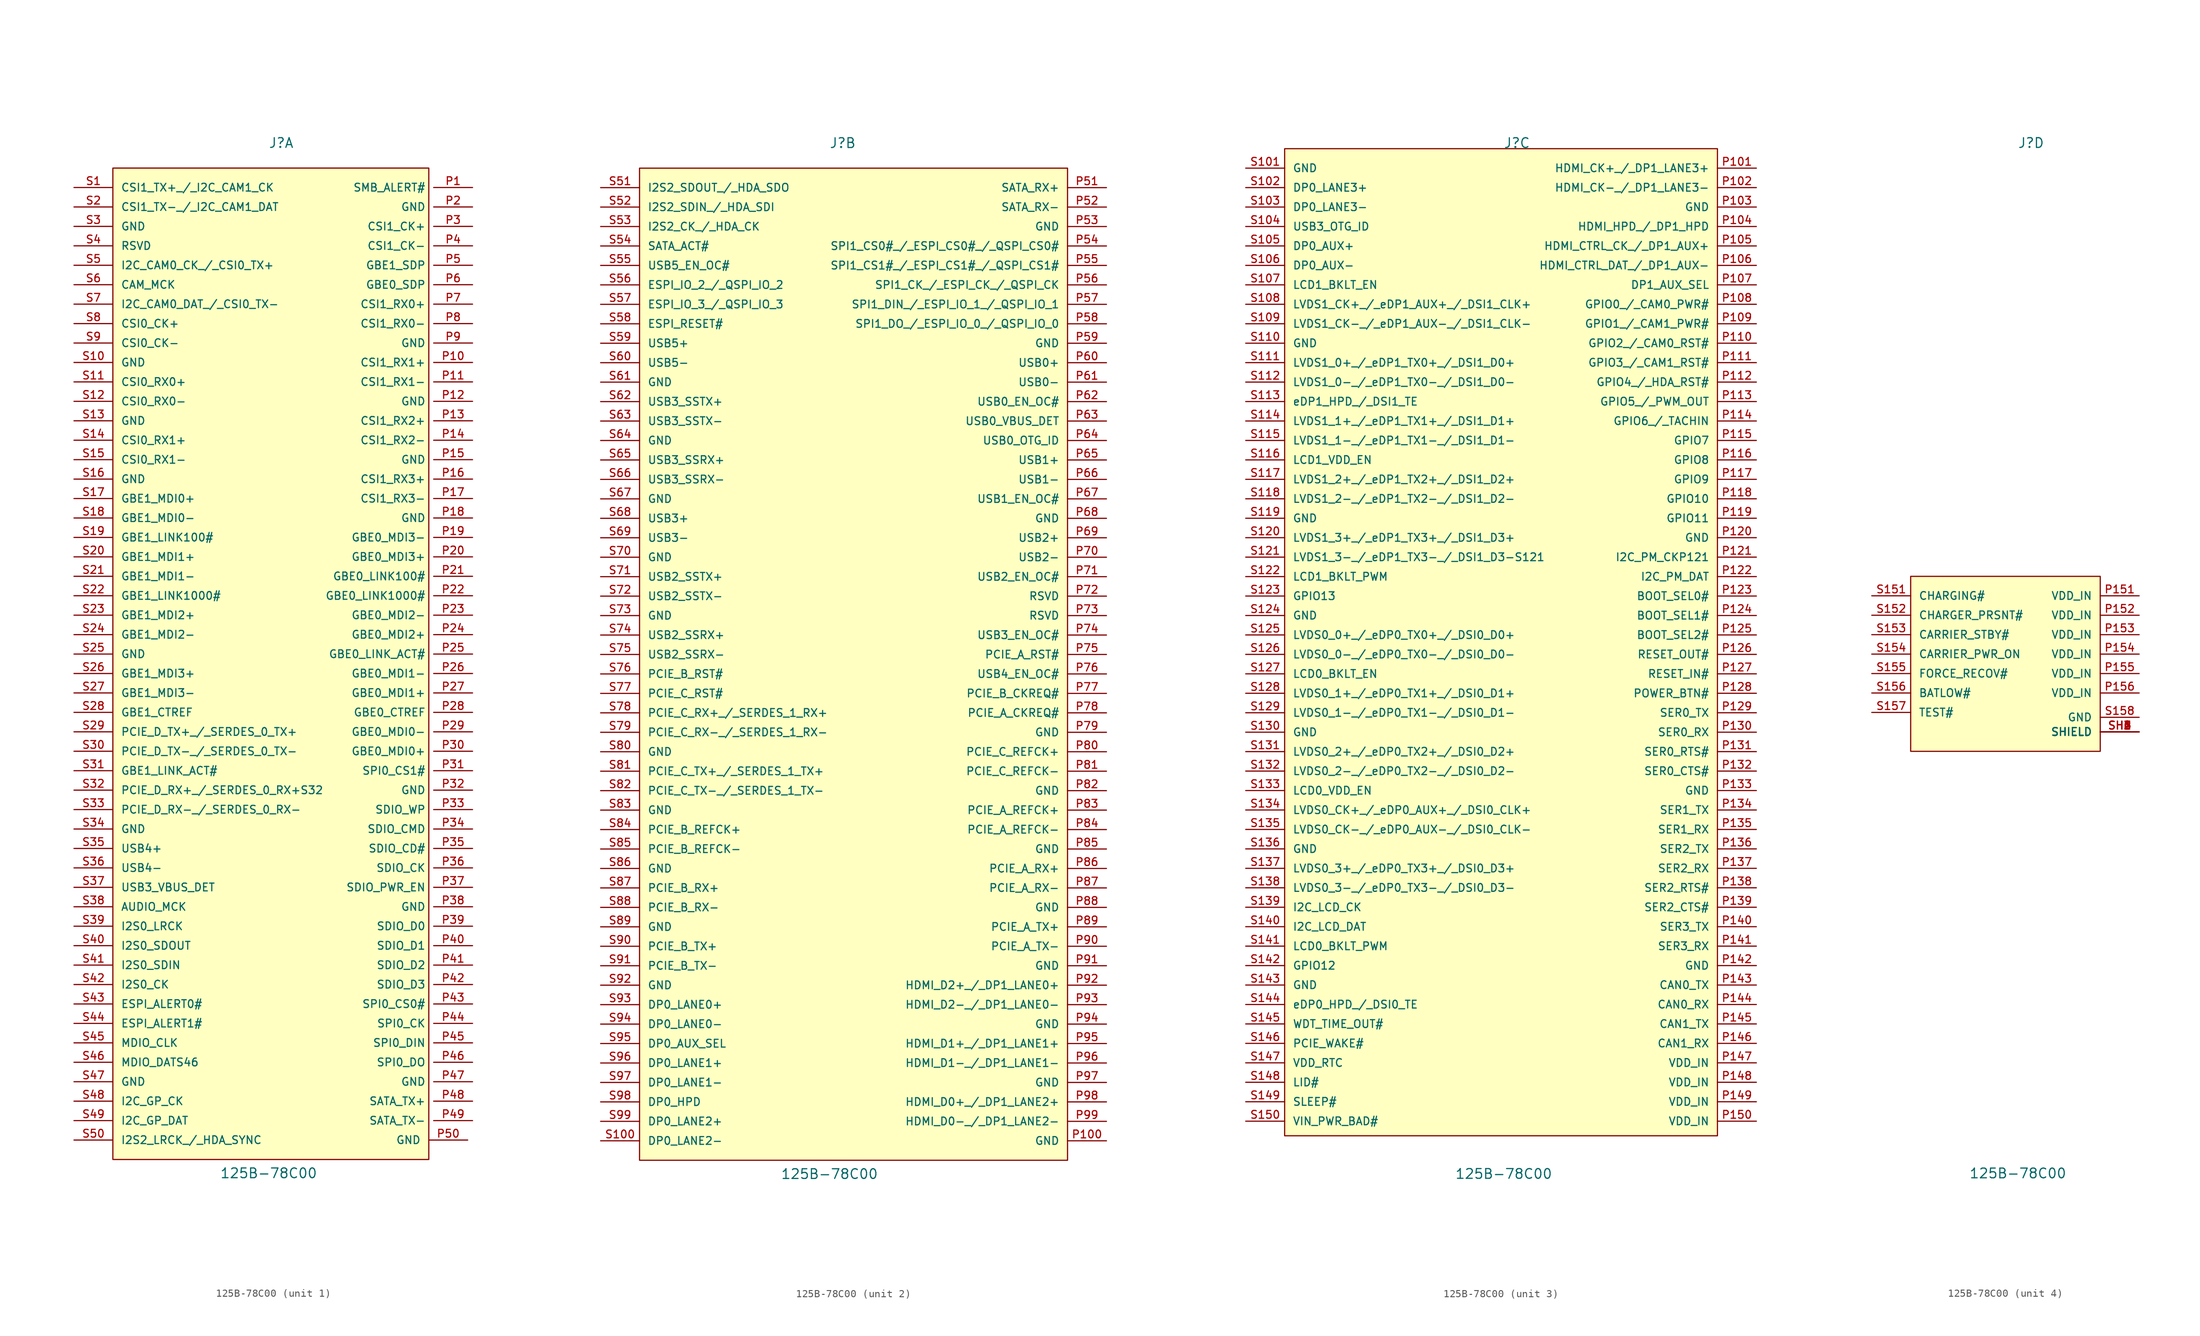
<source format=kicad_sym>
(kicad_symbol_lib
  (version 20211014)
  (generator kicad_symbol_editor)
  (symbol "125B-78C00"
    (pin_names
      (offset 1.016))
    (property "Reference" "J"
      (at -1.27 68.58 0)
      (effects (font (size 1.27 1.27)) (justify left bottom)))
    (property "Value" "125B-78C00"
      (at -7.62 -66.04 0)
      (effects (font (size 1.27 1.27)) (justify left bottom)))
    (property "ki_locked" ""
      (at 0 0 0)
      (effects (font (size 1.27 1.27))))
    (symbol "125B-78C00_1_0"
      (pin passive line (at 25.4 63.5 180) (length 5.08) (name "SMB_ALERT#" (effects (font (size 1.016 1.016)))) (number "P1" (effects (font (size 1.016 1.016)))))
      (pin passive line (at 25.4 40.64 180) (length 5.08) (name "CSI1_RX1+" (effects (font (size 1.016 1.016)))) (number "P10" (effects (font (size 1.016 1.016)))))
      (pin passive line (at 25.4 38.1 180) (length 5.08) (name "CSI1_RX1-" (effects (font (size 1.016 1.016)))) (number "P11" (effects (font (size 1.016 1.016)))))
      (pin passive line (at 25.4 35.56 180) (length 5.08) (name "GND" (effects (font (size 1.016 1.016)))) (number "P12" (effects (font (size 1.016 1.016)))))
      (pin passive line (at 25.4 33.02 180) (length 5.08) (name "CSI1_RX2+" (effects (font (size 1.016 1.016)))) (number "P13" (effects (font (size 1.016 1.016)))))
      (pin passive line (at 25.4 30.48 180) (length 5.08) (name "CSI1_RX2-" (effects (font (size 1.016 1.016)))) (number "P14" (effects (font (size 1.016 1.016)))))
      (pin passive line (at 25.4 27.94 180) (length 5.08) (name "GND" (effects (font (size 1.016 1.016)))) (number "P15" (effects (font (size 1.016 1.016)))))
      (pin passive line (at 25.4 25.4 180) (length 5.08) (name "CSI1_RX3+" (effects (font (size 1.016 1.016)))) (number "P16" (effects (font (size 1.016 1.016)))))
      (pin passive line (at 25.4 22.86 180) (length 5.08) (name "CSI1_RX3-" (effects (font (size 1.016 1.016)))) (number "P17" (effects (font (size 1.016 1.016)))))
      (pin passive line (at 25.4 20.32 180) (length 5.08) (name "GND" (effects (font (size 1.016 1.016)))) (number "P18" (effects (font (size 1.016 1.016)))))
      (pin passive line (at 25.4 17.78 180) (length 5.08) (name "GBE0_MDI3-" (effects (font (size 1.016 1.016)))) (number "P19" (effects (font (size 1.016 1.016)))))
      (pin passive line (at 25.4 60.96 180) (length 5.08) (name "GND" (effects (font (size 1.016 1.016)))) (number "P2" (effects (font (size 1.016 1.016)))))
      (pin passive line (at 25.4 15.24 180) (length 5.08) (name "GBE0_MDI3+" (effects (font (size 1.016 1.016)))) (number "P20" (effects (font (size 1.016 1.016)))))
      (pin passive line (at 25.4 12.7 180) (length 5.08) (name "GBE0_LINK100#" (effects (font (size 1.016 1.016)))) (number "P21" (effects (font (size 1.016 1.016)))))
      (pin passive line (at 25.4 10.16 180) (length 5.08) (name "GBE0_LINK1000#" (effects (font (size 1.016 1.016)))) (number "P22" (effects (font (size 1.016 1.016)))))
      (pin passive line (at 25.4 7.62 180) (length 5.08) (name "GBE0_MDI2-" (effects (font (size 1.016 1.016)))) (number "P23" (effects (font (size 1.016 1.016)))))
      (pin passive line (at 25.4 5.08 180) (length 5.08) (name "GBE0_MDI2+" (effects (font (size 1.016 1.016)))) (number "P24" (effects (font (size 1.016 1.016)))))
      (pin passive line (at 25.4 2.54 180) (length 5.08) (name "GBE0_LINK_ACT#" (effects (font (size 1.016 1.016)))) (number "P25" (effects (font (size 1.016 1.016)))))
      (pin passive line (at 25.4 0 180) (length 5.08) (name "GBE0_MDI1-" (effects (font (size 1.016 1.016)))) (number "P26" (effects (font (size 1.016 1.016)))))
      (pin passive line (at 25.4 -2.54 180) (length 5.08) (name "GBE0_MDI1+" (effects (font (size 1.016 1.016)))) (number "P27" (effects (font (size 1.016 1.016)))))
      (pin passive line (at 25.4 -5.08 180) (length 5.08) (name "GBE0_CTREF" (effects (font (size 1.016 1.016)))) (number "P28" (effects (font (size 1.016 1.016)))))
      (pin passive line (at 25.4 -7.62 180) (length 5.08) (name "GBE0_MDI0-" (effects (font (size 1.016 1.016)))) (number "P29" (effects (font (size 1.016 1.016)))))
      (pin passive line (at 25.4 58.42 180) (length 5.08) (name "CSI1_CK+" (effects (font (size 1.016 1.016)))) (number "P3" (effects (font (size 1.016 1.016)))))
      (pin passive line (at 25.4 -10.16 180) (length 5.08) (name "GBE0_MDI0+" (effects (font (size 1.016 1.016)))) (number "P30" (effects (font (size 1.016 1.016)))))
      (pin passive line (at 25.4 -12.7 180) (length 5.08) (name "SPI0_CS1#" (effects (font (size 1.016 1.016)))) (number "P31" (effects (font (size 1.016 1.016)))))
      (pin passive line (at 25.4 -15.24 180) (length 5.08) (name "GND" (effects (font (size 1.016 1.016)))) (number "P32" (effects (font (size 1.016 1.016)))))
      (pin passive line (at 25.4 -17.78 180) (length 5.08) (name "SDIO_WP" (effects (font (size 1.016 1.016)))) (number "P33" (effects (font (size 1.016 1.016)))))
      (pin passive line (at 25.4 -20.32 180) (length 5.08) (name "SDIO_CMD" (effects (font (size 1.016 1.016)))) (number "P34" (effects (font (size 1.016 1.016)))))
      (pin passive line (at 25.4 -22.86 180) (length 5.08) (name "SDIO_CD#" (effects (font (size 1.016 1.016)))) (number "P35" (effects (font (size 1.016 1.016)))))
      (pin passive line (at 25.4 -25.4 180) (length 5.08) (name "SDIO_CK" (effects (font (size 1.016 1.016)))) (number "P36" (effects (font (size 1.016 1.016)))))
      (pin passive line (at 25.4 -27.94 180) (length 5.08) (name "SDIO_PWR_EN" (effects (font (size 1.016 1.016)))) (number "P37" (effects (font (size 1.016 1.016)))))
      (pin passive line (at 25.4 -30.48 180) (length 5.08) (name "GND" (effects (font (size 1.016 1.016)))) (number "P38" (effects (font (size 1.016 1.016)))))
      (pin passive line (at 25.4 -33.02 180) (length 5.08) (name "SDIO_D0" (effects (font (size 1.016 1.016)))) (number "P39" (effects (font (size 1.016 1.016)))))
      (pin passive line (at 25.4 55.88 180) (length 5.08) (name "CSI1_CK-" (effects (font (size 1.016 1.016)))) (number "P4" (effects (font (size 1.016 1.016)))))
      (pin passive line (at 25.4 -35.56 180) (length 5.08) (name "SDIO_D1" (effects (font (size 1.016 1.016)))) (number "P40" (effects (font (size 1.016 1.016)))))
      (pin passive line (at 25.4 -38.1 180) (length 5.08) (name "SDIO_D2" (effects (font (size 1.016 1.016)))) (number "P41" (effects (font (size 1.016 1.016)))))
      (pin passive line (at 25.4 -40.64 180) (length 5.08) (name "SDIO_D3" (effects (font (size 1.016 1.016)))) (number "P42" (effects (font (size 1.016 1.016)))))
      (pin passive line (at 25.4 -43.18 180) (length 5.08) (name "SPI0_CS0#" (effects (font (size 1.016 1.016)))) (number "P43" (effects (font (size 1.016 1.016)))))
      (pin passive line (at 25.4 -45.72 180) (length 5.08) (name "SPI0_CK" (effects (font (size 1.016 1.016)))) (number "P44" (effects (font (size 1.016 1.016)))))
      (pin passive line (at 25.4 -48.26 180) (length 5.08) (name "SPI0_DIN" (effects (font (size 1.016 1.016)))) (number "P45" (effects (font (size 1.016 1.016)))))
      (pin passive line (at 25.4 -50.8 180) (length 5.08) (name "SPI0_DO" (effects (font (size 1.016 1.016)))) (number "P46" (effects (font (size 1.016 1.016)))))
      (pin passive line (at 25.4 -53.34 180) (length 5.08) (name "GND" (effects (font (size 1.016 1.016)))) (number "P47" (effects (font (size 1.016 1.016)))))
      (pin passive line (at 25.4 -55.88 180) (length 5.08) (name "SATA_TX+" (effects (font (size 1.016 1.016)))) (number "P48" (effects (font (size 1.016 1.016)))))
      (pin passive line (at 25.4 -58.42 180) (length 5.08) (name "SATA_TX-" (effects (font (size 1.016 1.016)))) (number "P49" (effects (font (size 1.016 1.016)))))
      (pin passive line (at 25.4 53.34 180) (length 5.08) (name "GBE1_SDP" (effects (font (size 1.016 1.016)))) (number "P5" (effects (font (size 1.016 1.016)))))
      (pin passive line (at 24.765 -60.96 180) (length 5.08) (name "GND" (effects (font (size 1.016 1.016)))) (number "P50" (effects (font (size 1.016 1.016)))))
      (pin passive line (at 25.4 50.8 180) (length 5.08) (name "GBE0_SDP" (effects (font (size 1.016 1.016)))) (number "P6" (effects (font (size 1.016 1.016)))))
      (pin passive line (at 25.4 48.26 180) (length 5.08) (name "CSI1_RX0+" (effects (font (size 1.016 1.016)))) (number "P7" (effects (font (size 1.016 1.016)))))
      (pin passive line (at 25.4 45.72 180) (length 5.08) (name "CSI1_RX0-" (effects (font (size 1.016 1.016)))) (number "P8" (effects (font (size 1.016 1.016)))))
      (pin passive line (at 25.4 43.18 180) (length 5.08) (name "GND" (effects (font (size 1.016 1.016)))) (number "P9" (effects (font (size 1.016 1.016)))))
      (pin passive line (at -26.67 63.5 0) (length 5.08) (name "CSI1_TX+_/_I2C_CAM1_CK" (effects (font (size 1.016 1.016)))) (number "S1" (effects (font (size 1.016 1.016)))))
      (pin passive line (at -26.67 40.64 0) (length 5.08) (name "GND" (effects (font (size 1.016 1.016)))) (number "S10" (effects (font (size 1.016 1.016)))))
      (pin passive line (at -26.67 38.1 0) (length 5.08) (name "CSI0_RX0+" (effects (font (size 1.016 1.016)))) (number "S11" (effects (font (size 1.016 1.016)))))
      (pin passive line (at -26.67 35.56 0) (length 5.08) (name "CSI0_RX0-" (effects (font (size 1.016 1.016)))) (number "S12" (effects (font (size 1.016 1.016)))))
      (pin passive line (at -26.67 33.02 0) (length 5.08) (name "GND" (effects (font (size 1.016 1.016)))) (number "S13" (effects (font (size 1.016 1.016)))))
      (pin passive line (at -26.67 30.48 0) (length 5.08) (name "CSI0_RX1+" (effects (font (size 1.016 1.016)))) (number "S14" (effects (font (size 1.016 1.016)))))
      (pin passive line (at -26.67 27.94 0) (length 5.08) (name "CSI0_RX1-" (effects (font (size 1.016 1.016)))) (number "S15" (effects (font (size 1.016 1.016)))))
      (pin passive line (at -26.67 25.4 0) (length 5.08) (name "GND" (effects (font (size 1.016 1.016)))) (number "S16" (effects (font (size 1.016 1.016)))))
      (pin passive line (at -26.67 22.86 0) (length 5.08) (name "GBE1_MDI0+" (effects (font (size 1.016 1.016)))) (number "S17" (effects (font (size 1.016 1.016)))))
      (pin passive line (at -26.67 20.32 0) (length 5.08) (name "GBE1_MDI0-" (effects (font (size 1.016 1.016)))) (number "S18" (effects (font (size 1.016 1.016)))))
      (pin passive line (at -26.67 17.78 0) (length 5.08) (name "GBE1_LINK100#" (effects (font (size 1.016 1.016)))) (number "S19" (effects (font (size 1.016 1.016)))))
      (pin passive line (at -26.67 60.96 0) (length 5.08) (name "CSI1_TX-_/_I2C_CAM1_DAT" (effects (font (size 1.016 1.016)))) (number "S2" (effects (font (size 1.016 1.016)))))
      (pin passive line (at -26.67 15.24 0) (length 5.08) (name "GBE1_MDI1+" (effects (font (size 1.016 1.016)))) (number "S20" (effects (font (size 1.016 1.016)))))
      (pin passive line (at -26.67 12.7 0) (length 5.08) (name "GBE1_MDI1-" (effects (font (size 1.016 1.016)))) (number "S21" (effects (font (size 1.016 1.016)))))
      (pin passive line (at -26.67 10.16 0) (length 5.08) (name "GBE1_LINK1000#" (effects (font (size 1.016 1.016)))) (number "S22" (effects (font (size 1.016 1.016)))))
      (pin passive line (at -26.67 7.62 0) (length 5.08) (name "GBE1_MDI2+" (effects (font (size 1.016 1.016)))) (number "S23" (effects (font (size 1.016 1.016)))))
      (pin passive line (at -26.67 5.08 0) (length 5.08) (name "GBE1_MDI2-" (effects (font (size 1.016 1.016)))) (number "S24" (effects (font (size 1.016 1.016)))))
      (pin passive line (at -26.67 2.54 0) (length 5.08) (name "GND" (effects (font (size 1.016 1.016)))) (number "S25" (effects (font (size 1.016 1.016)))))
      (pin passive line (at -26.67 0 0) (length 5.08) (name "GBE1_MDI3+" (effects (font (size 1.016 1.016)))) (number "S26" (effects (font (size 1.016 1.016)))))
      (pin passive line (at -26.67 -2.54 0) (length 5.08) (name "GBE1_MDI3-" (effects (font (size 1.016 1.016)))) (number "S27" (effects (font (size 1.016 1.016)))))
      (pin passive line (at -26.67 -5.08 0) (length 5.08) (name "GBE1_CTREF" (effects (font (size 1.016 1.016)))) (number "S28" (effects (font (size 1.016 1.016)))))
      (pin passive line (at -26.67 -7.62 0) (length 5.08) (name "PCIE_D_TX+_/_SERDES_0_TX+" (effects (font (size 1.016 1.016)))) (number "S29" (effects (font (size 1.016 1.016)))))
      (pin passive line (at -26.67 58.42 0) (length 5.08) (name "GND" (effects (font (size 1.016 1.016)))) (number "S3" (effects (font (size 1.016 1.016)))))
      (pin passive line (at -26.67 -10.16 0) (length 5.08) (name "PCIE_D_TX-_/_SERDES_0_TX-" (effects (font (size 1.016 1.016)))) (number "S30" (effects (font (size 1.016 1.016)))))
      (pin passive line (at -26.67 -12.7 0) (length 5.08) (name "GBE1_LINK_ACT#" (effects (font (size 1.016 1.016)))) (number "S31" (effects (font (size 1.016 1.016)))))
      (pin passive line (at -26.67 -15.24 0) (length 5.08) (name "PCIE_D_RX+_/_SERDES_0_RX+S32" (effects (font (size 1.016 1.016)))) (number "S32" (effects (font (size 1.016 1.016)))))
      (pin passive line (at -26.67 -17.78 0) (length 5.08) (name "PCIE_D_RX-_/_SERDES_0_RX-" (effects (font (size 1.016 1.016)))) (number "S33" (effects (font (size 1.016 1.016)))))
      (pin passive line (at -26.67 -20.32 0) (length 5.08) (name "GND" (effects (font (size 1.016 1.016)))) (number "S34" (effects (font (size 1.016 1.016)))))
      (pin passive line (at -26.67 -22.86 0) (length 5.08) (name "USB4+" (effects (font (size 1.016 1.016)))) (number "S35" (effects (font (size 1.016 1.016)))))
      (pin passive line (at -26.67 -25.4 0) (length 5.08) (name "USB4-" (effects (font (size 1.016 1.016)))) (number "S36" (effects (font (size 1.016 1.016)))))
      (pin passive line (at -26.67 -27.94 0) (length 5.08) (name "USB3_VBUS_DET" (effects (font (size 1.016 1.016)))) (number "S37" (effects (font (size 1.016 1.016)))))
      (pin passive line (at -26.67 -30.48 0) (length 5.08) (name "AUDIO_MCK" (effects (font (size 1.016 1.016)))) (number "S38" (effects (font (size 1.016 1.016)))))
      (pin passive line (at -26.67 -33.02 0) (length 5.08) (name "I2S0_LRCK" (effects (font (size 1.016 1.016)))) (number "S39" (effects (font (size 1.016 1.016)))))
      (pin passive line (at -26.67 55.88 0) (length 5.08) (name "RSVD" (effects (font (size 1.016 1.016)))) (number "S4" (effects (font (size 1.016 1.016)))))
      (pin passive line (at -26.67 -35.56 0) (length 5.08) (name "I2S0_SDOUT" (effects (font (size 1.016 1.016)))) (number "S40" (effects (font (size 1.016 1.016)))))
      (pin passive line (at -26.67 -38.1 0) (length 5.08) (name "I2S0_SDIN" (effects (font (size 1.016 1.016)))) (number "S41" (effects (font (size 1.016 1.016)))))
      (pin passive line (at -26.67 -40.64 0) (length 5.08) (name "I2S0_CK" (effects (font (size 1.016 1.016)))) (number "S42" (effects (font (size 1.016 1.016)))))
      (pin passive line (at -26.67 -43.18 0) (length 5.08) (name "ESPI_ALERT0#" (effects (font (size 1.016 1.016)))) (number "S43" (effects (font (size 1.016 1.016)))))
      (pin passive line (at -26.67 -45.72 0) (length 5.08) (name "ESPI_ALERT1#" (effects (font (size 1.016 1.016)))) (number "S44" (effects (font (size 1.016 1.016)))))
      (pin passive line (at -26.67 -48.26 0) (length 5.08) (name "MDIO_CLK" (effects (font (size 1.016 1.016)))) (number "S45" (effects (font (size 1.016 1.016)))))
      (pin passive line (at -26.67 -50.8 0) (length 5.08) (name "MDIO_DATS46" (effects (font (size 1.016 1.016)))) (number "S46" (effects (font (size 1.016 1.016)))))
      (pin passive line (at -26.67 -53.34 0) (length 5.08) (name "GND" (effects (font (size 1.016 1.016)))) (number "S47" (effects (font (size 1.016 1.016)))))
      (pin passive line (at -26.67 -55.88 0) (length 5.08) (name "I2C_GP_CK" (effects (font (size 1.016 1.016)))) (number "S48" (effects (font (size 1.016 1.016)))))
      (pin passive line (at -26.67 -58.42 0) (length 5.08) (name "I2C_GP_DAT" (effects (font (size 1.016 1.016)))) (number "S49" (effects (font (size 1.016 1.016)))))
      (pin passive line (at -26.67 53.34 0) (length 5.08) (name "I2C_CAM0_CK_/_CSI0_TX+" (effects (font (size 1.016 1.016)))) (number "S5" (effects (font (size 1.016 1.016)))))
      (pin passive line (at -26.67 -60.96 0) (length 5.08) (name "I2S2_LRCK_/_HDA_SYNC" (effects (font (size 1.016 1.016)))) (number "S50" (effects (font (size 1.016 1.016)))))
      (pin passive line (at -26.67 50.8 0) (length 5.08) (name "CAM_MCK" (effects (font (size 1.016 1.016)))) (number "S6" (effects (font (size 1.016 1.016)))))
      (pin passive line (at -26.67 48.26 0) (length 5.08) (name "I2C_CAM0_DAT_/_CSI0_TX-" (effects (font (size 1.016 1.016)))) (number "S7" (effects (font (size 1.016 1.016)))))
      (pin passive line (at -26.67 45.72 0) (length 5.08) (name "CSI0_CK+" (effects (font (size 1.016 1.016)))) (number "S8" (effects (font (size 1.016 1.016)))))
      (pin passive line (at -26.67 43.18 0) (length 5.08) (name "CSI0_CK-" (effects (font (size 1.016 1.016)))) (number "S9" (effects (font (size 1.016 1.016))))))
    (symbol "125B-78C00_1_1"
      (rectangle (start -21.59 66.04) (end 19.685 -63.5) (stroke (width 0) (type default) (color 0 0 0 0)) (fill (type background))))
    (symbol "125B-78C00_2_0"
      (pin passive line (at 34.925 -60.96 180) (length 5.08) (name "GND" (effects (font (size 1.016 1.016)))) (number "P100" (effects (font (size 1.016 1.016)))))
      (pin passive line (at 34.925 63.5 180) (length 5.08) (name "SATA_RX+" (effects (font (size 1.016 1.016)))) (number "P51" (effects (font (size 1.016 1.016)))))
      (pin passive line (at 34.925 60.96 180) (length 5.08) (name "SATA_RX-" (effects (font (size 1.016 1.016)))) (number "P52" (effects (font (size 1.016 1.016)))))
      (pin passive line (at 34.925 58.42 180) (length 5.08) (name "GND" (effects (font (size 1.016 1.016)))) (number "P53" (effects (font (size 1.016 1.016)))))
      (pin passive line (at 34.925 55.88 180) (length 5.08) (name "SPI1_CS0#_/_ESPI_CS0#_/_QSPI_CS0#" (effects (font (size 1.016 1.016)))) (number "P54" (effects (font (size 1.016 1.016)))))
      (pin passive line (at 34.925 53.34 180) (length 5.08) (name "SPI1_CS1#_/_ESPI_CS1#_/_QSPI_CS1#" (effects (font (size 1.016 1.016)))) (number "P55" (effects (font (size 1.016 1.016)))))
      (pin passive line (at 34.925 50.8 180) (length 5.08) (name "SPI1_CK_/_ESPI_CK_/_QSPI_CK" (effects (font (size 1.016 1.016)))) (number "P56" (effects (font (size 1.016 1.016)))))
      (pin passive line (at 34.925 48.26 180) (length 5.08) (name "SPI1_DIN_/_ESPI_IO_1_/_QSPI_IO_1" (effects (font (size 1.016 1.016)))) (number "P57" (effects (font (size 1.016 1.016)))))
      (pin passive line (at 34.925 45.72 180) (length 5.08) (name "SPI1_DO_/_ESPI_IO_0_/_QSPI_IO_0" (effects (font (size 1.016 1.016)))) (number "P58" (effects (font (size 1.016 1.016)))))
      (pin passive line (at 34.925 43.18 180) (length 5.08) (name "GND" (effects (font (size 1.016 1.016)))) (number "P59" (effects (font (size 1.016 1.016)))))
      (pin passive line (at 34.925 40.64 180) (length 5.08) (name "USB0+" (effects (font (size 1.016 1.016)))) (number "P60" (effects (font (size 1.016 1.016)))))
      (pin passive line (at 34.925 38.1 180) (length 5.08) (name "USB0-" (effects (font (size 1.016 1.016)))) (number "P61" (effects (font (size 1.016 1.016)))))
      (pin passive line (at 34.925 35.56 180) (length 5.08) (name "USB0_EN_OC#" (effects (font (size 1.016 1.016)))) (number "P62" (effects (font (size 1.016 1.016)))))
      (pin passive line (at 34.925 33.02 180) (length 5.08) (name "USB0_VBUS_DET" (effects (font (size 1.016 1.016)))) (number "P63" (effects (font (size 1.016 1.016)))))
      (pin passive line (at 34.925 30.48 180) (length 5.08) (name "USB0_OTG_ID" (effects (font (size 1.016 1.016)))) (number "P64" (effects (font (size 1.016 1.016)))))
      (pin passive line (at 34.925 27.94 180) (length 5.08) (name "USB1+" (effects (font (size 1.016 1.016)))) (number "P65" (effects (font (size 1.016 1.016)))))
      (pin passive line (at 34.925 25.4 180) (length 5.08) (name "USB1-" (effects (font (size 1.016 1.016)))) (number "P66" (effects (font (size 1.016 1.016)))))
      (pin passive line (at 34.925 22.86 180) (length 5.08) (name "USB1_EN_OC#" (effects (font (size 1.016 1.016)))) (number "P67" (effects (font (size 1.016 1.016)))))
      (pin passive line (at 34.925 20.32 180) (length 5.08) (name "GND" (effects (font (size 1.016 1.016)))) (number "P68" (effects (font (size 1.016 1.016)))))
      (pin passive line (at 34.925 17.78 180) (length 5.08) (name "USB2+" (effects (font (size 1.016 1.016)))) (number "P69" (effects (font (size 1.016 1.016)))))
      (pin passive line (at 34.925 15.24 180) (length 5.08) (name "USB2-" (effects (font (size 1.016 1.016)))) (number "P70" (effects (font (size 1.016 1.016)))))
      (pin passive line (at 34.925 12.7 180) (length 5.08) (name "USB2_EN_OC#" (effects (font (size 1.016 1.016)))) (number "P71" (effects (font (size 1.016 1.016)))))
      (pin passive line (at 34.925 10.16 180) (length 5.08) (name "RSVD" (effects (font (size 1.016 1.016)))) (number "P72" (effects (font (size 1.016 1.016)))))
      (pin passive line (at 34.925 7.62 180) (length 5.08) (name "RSVD" (effects (font (size 1.016 1.016)))) (number "P73" (effects (font (size 1.016 1.016)))))
      (pin passive line (at 34.925 5.08 180) (length 5.08) (name "USB3_EN_OC#" (effects (font (size 1.016 1.016)))) (number "P74" (effects (font (size 1.016 1.016)))))
      (pin passive line (at 34.925 2.54 180) (length 5.08) (name "PCIE_A_RST#" (effects (font (size 1.016 1.016)))) (number "P75" (effects (font (size 1.016 1.016)))))
      (pin passive line (at 34.925 0 180) (length 5.08) (name "USB4_EN_OC#" (effects (font (size 1.016 1.016)))) (number "P76" (effects (font (size 1.016 1.016)))))
      (pin passive line (at 34.925 -2.54 180) (length 5.08) (name "PCIE_B_CKREQ#" (effects (font (size 1.016 1.016)))) (number "P77" (effects (font (size 1.016 1.016)))))
      (pin passive line (at 34.925 -5.08 180) (length 5.08) (name "PCIE_A_CKREQ#" (effects (font (size 1.016 1.016)))) (number "P78" (effects (font (size 1.016 1.016)))))
      (pin passive line (at 34.925 -7.62 180) (length 5.08) (name "GND" (effects (font (size 1.016 1.016)))) (number "P79" (effects (font (size 1.016 1.016)))))
      (pin passive line (at 34.925 -10.16 180) (length 5.08) (name "PCIE_C_REFCK+" (effects (font (size 1.016 1.016)))) (number "P80" (effects (font (size 1.016 1.016)))))
      (pin passive line (at 34.925 -12.7 180) (length 5.08) (name "PCIE_C_REFCK-" (effects (font (size 1.016 1.016)))) (number "P81" (effects (font (size 1.016 1.016)))))
      (pin passive line (at 34.925 -15.24 180) (length 5.08) (name "GND" (effects (font (size 1.016 1.016)))) (number "P82" (effects (font (size 1.016 1.016)))))
      (pin passive line (at 34.925 -17.78 180) (length 5.08) (name "PCIE_A_REFCK+" (effects (font (size 1.016 1.016)))) (number "P83" (effects (font (size 1.016 1.016)))))
      (pin passive line (at 34.925 -20.32 180) (length 5.08) (name "PCIE_A_REFCK-" (effects (font (size 1.016 1.016)))) (number "P84" (effects (font (size 1.016 1.016)))))
      (pin passive line (at 34.925 -22.86 180) (length 5.08) (name "GND" (effects (font (size 1.016 1.016)))) (number "P85" (effects (font (size 1.016 1.016)))))
      (pin passive line (at 34.925 -25.4 180) (length 5.08) (name "PCIE_A_RX+" (effects (font (size 1.016 1.016)))) (number "P86" (effects (font (size 1.016 1.016)))))
      (pin passive line (at 34.925 -27.94 180) (length 5.08) (name "PCIE_A_RX-" (effects (font (size 1.016 1.016)))) (number "P87" (effects (font (size 1.016 1.016)))))
      (pin passive line (at 34.925 -30.48 180) (length 5.08) (name "GND" (effects (font (size 1.016 1.016)))) (number "P88" (effects (font (size 1.016 1.016)))))
      (pin passive line (at 34.925 -33.02 180) (length 5.08) (name "PCIE_A_TX+" (effects (font (size 1.016 1.016)))) (number "P89" (effects (font (size 1.016 1.016)))))
      (pin passive line (at 34.925 -35.56 180) (length 5.08) (name "PCIE_A_TX-" (effects (font (size 1.016 1.016)))) (number "P90" (effects (font (size 1.016 1.016)))))
      (pin passive line (at 34.925 -38.1 180) (length 5.08) (name "GND" (effects (font (size 1.016 1.016)))) (number "P91" (effects (font (size 1.016 1.016)))))
      (pin passive line (at 34.925 -40.64 180) (length 5.08) (name "HDMI_D2+_/_DP1_LANE0+" (effects (font (size 1.016 1.016)))) (number "P92" (effects (font (size 1.016 1.016)))))
      (pin passive line (at 34.925 -43.18 180) (length 5.08) (name "HDMI_D2-_/_DP1_LANE0-" (effects (font (size 1.016 1.016)))) (number "P93" (effects (font (size 1.016 1.016)))))
      (pin passive line (at 34.925 -45.72 180) (length 5.08) (name "GND" (effects (font (size 1.016 1.016)))) (number "P94" (effects (font (size 1.016 1.016)))))
      (pin passive line (at 34.925 -48.26 180) (length 5.08) (name "HDMI_D1+_/_DP1_LANE1+" (effects (font (size 1.016 1.016)))) (number "P95" (effects (font (size 1.016 1.016)))))
      (pin passive line (at 34.925 -50.8 180) (length 5.08) (name "HDMI_D1-_/_DP1_LANE1-" (effects (font (size 1.016 1.016)))) (number "P96" (effects (font (size 1.016 1.016)))))
      (pin passive line (at 34.925 -53.34 180) (length 5.08) (name "GND" (effects (font (size 1.016 1.016)))) (number "P97" (effects (font (size 1.016 1.016)))))
      (pin passive line (at 34.925 -55.88 180) (length 5.08) (name "HDMI_D0+_/_DP1_LANE2+" (effects (font (size 1.016 1.016)))) (number "P98" (effects (font (size 1.016 1.016)))))
      (pin passive line (at 34.925 -58.42 180) (length 5.08) (name "HDMI_D0-_/_DP1_LANE2-" (effects (font (size 1.016 1.016)))) (number "P99" (effects (font (size 1.016 1.016)))))
      (pin passive line (at -31.115 -60.96 0) (length 5.08) (name "DP0_LANE2-" (effects (font (size 1.016 1.016)))) (number "S100" (effects (font (size 1.016 1.016)))))
      (pin passive line (at -31.115 63.5 0) (length 5.08) (name "I2S2_SDOUT_/_HDA_SDO" (effects (font (size 1.016 1.016)))) (number "S51" (effects (font (size 1.016 1.016)))))
      (pin passive line (at -31.115 60.96 0) (length 5.08) (name "I2S2_SDIN_/_HDA_SDI" (effects (font (size 1.016 1.016)))) (number "S52" (effects (font (size 1.016 1.016)))))
      (pin passive line (at -31.115 58.42 0) (length 5.08) (name "I2S2_CK_/_HDA_CK" (effects (font (size 1.016 1.016)))) (number "S53" (effects (font (size 1.016 1.016)))))
      (pin passive line (at -31.115 55.88 0) (length 5.08) (name "SATA_ACT#" (effects (font (size 1.016 1.016)))) (number "S54" (effects (font (size 1.016 1.016)))))
      (pin passive line (at -31.115 53.34 0) (length 5.08) (name "USB5_EN_OC#" (effects (font (size 1.016 1.016)))) (number "S55" (effects (font (size 1.016 1.016)))))
      (pin passive line (at -31.115 50.8 0) (length 5.08) (name "ESPI_IO_2_/_QSPI_IO_2" (effects (font (size 1.016 1.016)))) (number "S56" (effects (font (size 1.016 1.016)))))
      (pin passive line (at -31.115 48.26 0) (length 5.08) (name "ESPI_IO_3_/_QSPI_IO_3" (effects (font (size 1.016 1.016)))) (number "S57" (effects (font (size 1.016 1.016)))))
      (pin passive line (at -31.115 45.72 0) (length 5.08) (name "ESPI_RESET#" (effects (font (size 1.016 1.016)))) (number "S58" (effects (font (size 1.016 1.016)))))
      (pin passive line (at -31.115 43.18 0) (length 5.08) (name "USB5+" (effects (font (size 1.016 1.016)))) (number "S59" (effects (font (size 1.016 1.016)))))
      (pin passive line (at -31.115 40.64 0) (length 5.08) (name "USB5-" (effects (font (size 1.016 1.016)))) (number "S60" (effects (font (size 1.016 1.016)))))
      (pin passive line (at -31.115 38.1 0) (length 5.08) (name "GND" (effects (font (size 1.016 1.016)))) (number "S61" (effects (font (size 1.016 1.016)))))
      (pin passive line (at -31.115 35.56 0) (length 5.08) (name "USB3_SSTX+" (effects (font (size 1.016 1.016)))) (number "S62" (effects (font (size 1.016 1.016)))))
      (pin passive line (at -31.115 33.02 0) (length 5.08) (name "USB3_SSTX-" (effects (font (size 1.016 1.016)))) (number "S63" (effects (font (size 1.016 1.016)))))
      (pin passive line (at -31.115 30.48 0) (length 5.08) (name "GND" (effects (font (size 1.016 1.016)))) (number "S64" (effects (font (size 1.016 1.016)))))
      (pin passive line (at -31.115 27.94 0) (length 5.08) (name "USB3_SSRX+" (effects (font (size 1.016 1.016)))) (number "S65" (effects (font (size 1.016 1.016)))))
      (pin passive line (at -31.115 25.4 0) (length 5.08) (name "USB3_SSRX-" (effects (font (size 1.016 1.016)))) (number "S66" (effects (font (size 1.016 1.016)))))
      (pin passive line (at -31.115 22.86 0) (length 5.08) (name "GND" (effects (font (size 1.016 1.016)))) (number "S67" (effects (font (size 1.016 1.016)))))
      (pin passive line (at -31.115 20.32 0) (length 5.08) (name "USB3+" (effects (font (size 1.016 1.016)))) (number "S68" (effects (font (size 1.016 1.016)))))
      (pin passive line (at -31.115 17.78 0) (length 5.08) (name "USB3-" (effects (font (size 1.016 1.016)))) (number "S69" (effects (font (size 1.016 1.016)))))
      (pin passive line (at -31.115 15.24 0) (length 5.08) (name "GND" (effects (font (size 1.016 1.016)))) (number "S70" (effects (font (size 1.016 1.016)))))
      (pin passive line (at -31.115 12.7 0) (length 5.08) (name "USB2_SSTX+" (effects (font (size 1.016 1.016)))) (number "S71" (effects (font (size 1.016 1.016)))))
      (pin passive line (at -31.115 10.16 0) (length 5.08) (name "USB2_SSTX-" (effects (font (size 1.016 1.016)))) (number "S72" (effects (font (size 1.016 1.016)))))
      (pin passive line (at -31.115 7.62 0) (length 5.08) (name "GND" (effects (font (size 1.016 1.016)))) (number "S73" (effects (font (size 1.016 1.016)))))
      (pin passive line (at -31.115 5.08 0) (length 5.08) (name "USB2_SSRX+" (effects (font (size 1.016 1.016)))) (number "S74" (effects (font (size 1.016 1.016)))))
      (pin passive line (at -31.115 2.54 0) (length 5.08) (name "USB2_SSRX-" (effects (font (size 1.016 1.016)))) (number "S75" (effects (font (size 1.016 1.016)))))
      (pin passive line (at -31.115 0 0) (length 5.08) (name "PCIE_B_RST#" (effects (font (size 1.016 1.016)))) (number "S76" (effects (font (size 1.016 1.016)))))
      (pin passive line (at -31.115 -2.54 0) (length 5.08) (name "PCIE_C_RST#" (effects (font (size 1.016 1.016)))) (number "S77" (effects (font (size 1.016 1.016)))))
      (pin passive line (at -31.115 -5.08 0) (length 5.08) (name "PCIE_C_RX+_/_SERDES_1_RX+" (effects (font (size 1.016 1.016)))) (number "S78" (effects (font (size 1.016 1.016)))))
      (pin passive line (at -31.115 -7.62 0) (length 5.08) (name "PCIE_C_RX-_/_SERDES_1_RX-" (effects (font (size 1.016 1.016)))) (number "S79" (effects (font (size 1.016 1.016)))))
      (pin passive line (at -31.115 -10.16 0) (length 5.08) (name "GND" (effects (font (size 1.016 1.016)))) (number "S80" (effects (font (size 1.016 1.016)))))
      (pin passive line (at -31.115 -12.7 0) (length 5.08) (name "PCIE_C_TX+_/_SERDES_1_TX+" (effects (font (size 1.016 1.016)))) (number "S81" (effects (font (size 1.016 1.016)))))
      (pin passive line (at -31.115 -15.24 0) (length 5.08) (name "PCIE_C_TX-_/_SERDES_1_TX-" (effects (font (size 1.016 1.016)))) (number "S82" (effects (font (size 1.016 1.016)))))
      (pin passive line (at -31.115 -17.78 0) (length 5.08) (name "GND" (effects (font (size 1.016 1.016)))) (number "S83" (effects (font (size 1.016 1.016)))))
      (pin passive line (at -31.115 -20.32 0) (length 5.08) (name "PCIE_B_REFCK+" (effects (font (size 1.016 1.016)))) (number "S84" (effects (font (size 1.016 1.016)))))
      (pin passive line (at -31.115 -22.86 0) (length 5.08) (name "PCIE_B_REFCK-" (effects (font (size 1.016 1.016)))) (number "S85" (effects (font (size 1.016 1.016)))))
      (pin passive line (at -31.115 -25.4 0) (length 5.08) (name "GND" (effects (font (size 1.016 1.016)))) (number "S86" (effects (font (size 1.016 1.016)))))
      (pin passive line (at -31.115 -27.94 0) (length 5.08) (name "PCIE_B_RX+" (effects (font (size 1.016 1.016)))) (number "S87" (effects (font (size 1.016 1.016)))))
      (pin passive line (at -31.115 -30.48 0) (length 5.08) (name "PCIE_B_RX-" (effects (font (size 1.016 1.016)))) (number "S88" (effects (font (size 1.016 1.016)))))
      (pin passive line (at -31.115 -33.02 0) (length 5.08) (name "GND" (effects (font (size 1.016 1.016)))) (number "S89" (effects (font (size 1.016 1.016)))))
      (pin passive line (at -31.115 -35.56 0) (length 5.08) (name "PCIE_B_TX+" (effects (font (size 1.016 1.016)))) (number "S90" (effects (font (size 1.016 1.016)))))
      (pin passive line (at -31.115 -38.1 0) (length 5.08) (name "PCIE_B_TX-" (effects (font (size 1.016 1.016)))) (number "S91" (effects (font (size 1.016 1.016)))))
      (pin passive line (at -31.115 -40.64 0) (length 5.08) (name "GND" (effects (font (size 1.016 1.016)))) (number "S92" (effects (font (size 1.016 1.016)))))
      (pin passive line (at -31.115 -43.18 0) (length 5.08) (name "DP0_LANE0+" (effects (font (size 1.016 1.016)))) (number "S93" (effects (font (size 1.016 1.016)))))
      (pin passive line (at -31.115 -45.72 0) (length 5.08) (name "DP0_LANE0-" (effects (font (size 1.016 1.016)))) (number "S94" (effects (font (size 1.016 1.016)))))
      (pin passive line (at -31.115 -48.26 0) (length 5.08) (name "DP0_AUX_SEL" (effects (font (size 1.016 1.016)))) (number "S95" (effects (font (size 1.016 1.016)))))
      (pin passive line (at -31.115 -50.8 0) (length 5.08) (name "DP0_LANE1+" (effects (font (size 1.016 1.016)))) (number "S96" (effects (font (size 1.016 1.016)))))
      (pin passive line (at -31.115 -53.34 0) (length 5.08) (name "DP0_LANE1-" (effects (font (size 1.016 1.016)))) (number "S97" (effects (font (size 1.016 1.016)))))
      (pin passive line (at -31.115 -55.88 0) (length 5.08) (name "DP0_HPD" (effects (font (size 1.016 1.016)))) (number "S98" (effects (font (size 1.016 1.016)))))
      (pin passive line (at -31.115 -58.42 0) (length 5.08) (name "DP0_LANE2+" (effects (font (size 1.016 1.016)))) (number "S99" (effects (font (size 1.016 1.016))))))
    (symbol "125B-78C00_2_1"
      (rectangle (start -26.035 66.04) (end 29.845 -63.5) (stroke (width 0) (type default) (color 0 0 0 0)) (fill (type background))))
    (symbol "125B-78C00_3_0"
      (pin passive line (at 31.75 66.04 180) (length 5.08) (name "HDMI_CK+_/_DP1_LANE3+" (effects (font (size 1.016 1.016)))) (number "P101" (effects (font (size 1.016 1.016)))))
      (pin passive line (at 31.75 63.5 180) (length 5.08) (name "HDMI_CK-_/_DP1_LANE3-" (effects (font (size 1.016 1.016)))) (number "P102" (effects (font (size 1.016 1.016)))))
      (pin passive line (at 31.75 60.96 180) (length 5.08) (name "GND" (effects (font (size 1.016 1.016)))) (number "P103" (effects (font (size 1.016 1.016)))))
      (pin passive line (at 31.75 58.42 180) (length 5.08) (name "HDMI_HPD_/_DP1_HPD" (effects (font (size 1.016 1.016)))) (number "P104" (effects (font (size 1.016 1.016)))))
      (pin passive line (at 31.75 55.88 180) (length 5.08) (name "HDMI_CTRL_CK_/_DP1_AUX+" (effects (font (size 1.016 1.016)))) (number "P105" (effects (font (size 1.016 1.016)))))
      (pin passive line (at 31.75 53.34 180) (length 5.08) (name "HDMI_CTRL_DAT_/_DP1_AUX-" (effects (font (size 1.016 1.016)))) (number "P106" (effects (font (size 1.016 1.016)))))
      (pin passive line (at 31.75 50.8 180) (length 5.08) (name "DP1_AUX_SEL" (effects (font (size 1.016 1.016)))) (number "P107" (effects (font (size 1.016 1.016)))))
      (pin passive line (at 31.75 48.26 180) (length 5.08) (name "GPIO0_/_CAM0_PWR#" (effects (font (size 1.016 1.016)))) (number "P108" (effects (font (size 1.016 1.016)))))
      (pin passive line (at 31.75 45.72 180) (length 5.08) (name "GPIO1_/_CAM1_PWR#" (effects (font (size 1.016 1.016)))) (number "P109" (effects (font (size 1.016 1.016)))))
      (pin passive line (at 31.75 43.18 180) (length 5.08) (name "GPIO2_/_CAM0_RST#" (effects (font (size 1.016 1.016)))) (number "P110" (effects (font (size 1.016 1.016)))))
      (pin passive line (at 31.75 40.64 180) (length 5.08) (name "GPIO3_/_CAM1_RST#" (effects (font (size 1.016 1.016)))) (number "P111" (effects (font (size 1.016 1.016)))))
      (pin passive line (at 31.75 38.1 180) (length 5.08) (name "GPIO4_/_HDA_RST#" (effects (font (size 1.016 1.016)))) (number "P112" (effects (font (size 1.016 1.016)))))
      (pin passive line (at 31.75 35.56 180) (length 5.08) (name "GPIO5_/_PWM_OUT" (effects (font (size 1.016 1.016)))) (number "P113" (effects (font (size 1.016 1.016)))))
      (pin passive line (at 31.75 33.02 180) (length 5.08) (name "GPIO6_/_TACHIN" (effects (font (size 1.016 1.016)))) (number "P114" (effects (font (size 1.016 1.016)))))
      (pin passive line (at 31.75 30.48 180) (length 5.08) (name "GPIO7" (effects (font (size 1.016 1.016)))) (number "P115" (effects (font (size 1.016 1.016)))))
      (pin passive line (at 31.75 27.94 180) (length 5.08) (name "GPIO8" (effects (font (size 1.016 1.016)))) (number "P116" (effects (font (size 1.016 1.016)))))
      (pin passive line (at 31.75 25.4 180) (length 5.08) (name "GPIO9" (effects (font (size 1.016 1.016)))) (number "P117" (effects (font (size 1.016 1.016)))))
      (pin passive line (at 31.75 22.86 180) (length 5.08) (name "GPIO10" (effects (font (size 1.016 1.016)))) (number "P118" (effects (font (size 1.016 1.016)))))
      (pin passive line (at 31.75 20.32 180) (length 5.08) (name "GPIO11" (effects (font (size 1.016 1.016)))) (number "P119" (effects (font (size 1.016 1.016)))))
      (pin passive line (at 31.75 17.78 180) (length 5.08) (name "GND" (effects (font (size 1.016 1.016)))) (number "P120" (effects (font (size 1.016 1.016)))))
      (pin passive line (at 31.75 15.24 180) (length 5.08) (name "I2C_PM_CKP121" (effects (font (size 1.016 1.016)))) (number "P121" (effects (font (size 1.016 1.016)))))
      (pin passive line (at 31.75 12.7 180) (length 5.08) (name "I2C_PM_DAT" (effects (font (size 1.016 1.016)))) (number "P122" (effects (font (size 1.016 1.016)))))
      (pin passive line (at 31.75 10.16 180) (length 5.08) (name "BOOT_SEL0#" (effects (font (size 1.016 1.016)))) (number "P123" (effects (font (size 1.016 1.016)))))
      (pin passive line (at 31.75 7.62 180) (length 5.08) (name "BOOT_SEL1#" (effects (font (size 1.016 1.016)))) (number "P124" (effects (font (size 1.016 1.016)))))
      (pin passive line (at 31.75 5.08 180) (length 5.08) (name "BOOT_SEL2#" (effects (font (size 1.016 1.016)))) (number "P125" (effects (font (size 1.016 1.016)))))
      (pin passive line (at 31.75 2.54 180) (length 5.08) (name "RESET_OUT#" (effects (font (size 1.016 1.016)))) (number "P126" (effects (font (size 1.016 1.016)))))
      (pin passive line (at 31.75 0 180) (length 5.08) (name "RESET_IN#" (effects (font (size 1.016 1.016)))) (number "P127" (effects (font (size 1.016 1.016)))))
      (pin passive line (at 31.75 -2.54 180) (length 5.08) (name "POWER_BTN#" (effects (font (size 1.016 1.016)))) (number "P128" (effects (font (size 1.016 1.016)))))
      (pin passive line (at 31.75 -5.08 180) (length 5.08) (name "SER0_TX" (effects (font (size 1.016 1.016)))) (number "P129" (effects (font (size 1.016 1.016)))))
      (pin passive line (at 31.75 -7.62 180) (length 5.08) (name "SER0_RX" (effects (font (size 1.016 1.016)))) (number "P130" (effects (font (size 1.016 1.016)))))
      (pin passive line (at 31.75 -10.16 180) (length 5.08) (name "SER0_RTS#" (effects (font (size 1.016 1.016)))) (number "P131" (effects (font (size 1.016 1.016)))))
      (pin passive line (at 31.75 -12.7 180) (length 5.08) (name "SER0_CTS#" (effects (font (size 1.016 1.016)))) (number "P132" (effects (font (size 1.016 1.016)))))
      (pin passive line (at 31.75 -15.24 180) (length 5.08) (name "GND" (effects (font (size 1.016 1.016)))) (number "P133" (effects (font (size 1.016 1.016)))))
      (pin passive line (at 31.75 -17.78 180) (length 5.08) (name "SER1_TX" (effects (font (size 1.016 1.016)))) (number "P134" (effects (font (size 1.016 1.016)))))
      (pin passive line (at 31.75 -20.32 180) (length 5.08) (name "SER1_RX" (effects (font (size 1.016 1.016)))) (number "P135" (effects (font (size 1.016 1.016)))))
      (pin passive line (at 31.75 -22.86 180) (length 5.08) (name "SER2_TX" (effects (font (size 1.016 1.016)))) (number "P136" (effects (font (size 1.016 1.016)))))
      (pin passive line (at 31.75 -25.4 180) (length 5.08) (name "SER2_RX" (effects (font (size 1.016 1.016)))) (number "P137" (effects (font (size 1.016 1.016)))))
      (pin passive line (at 31.75 -27.94 180) (length 5.08) (name "SER2_RTS#" (effects (font (size 1.016 1.016)))) (number "P138" (effects (font (size 1.016 1.016)))))
      (pin passive line (at 31.75 -30.48 180) (length 5.08) (name "SER2_CTS#" (effects (font (size 1.016 1.016)))) (number "P139" (effects (font (size 1.016 1.016)))))
      (pin passive line (at 31.75 -33.02 180) (length 5.08) (name "SER3_TX" (effects (font (size 1.016 1.016)))) (number "P140" (effects (font (size 1.016 1.016)))))
      (pin passive line (at 31.75 -35.56 180) (length 5.08) (name "SER3_RX" (effects (font (size 1.016 1.016)))) (number "P141" (effects (font (size 1.016 1.016)))))
      (pin passive line (at 31.75 -38.1 180) (length 5.08) (name "GND" (effects (font (size 1.016 1.016)))) (number "P142" (effects (font (size 1.016 1.016)))))
      (pin passive line (at 31.75 -40.64 180) (length 5.08) (name "CAN0_TX" (effects (font (size 1.016 1.016)))) (number "P143" (effects (font (size 1.016 1.016)))))
      (pin passive line (at 31.75 -43.18 180) (length 5.08) (name "CAN0_RX" (effects (font (size 1.016 1.016)))) (number "P144" (effects (font (size 1.016 1.016)))))
      (pin passive line (at 31.75 -45.72 180) (length 5.08) (name "CAN1_TX" (effects (font (size 1.016 1.016)))) (number "P145" (effects (font (size 1.016 1.016)))))
      (pin passive line (at 31.75 -48.26 180) (length 5.08) (name "CAN1_RX" (effects (font (size 1.016 1.016)))) (number "P146" (effects (font (size 1.016 1.016)))))
      (pin power_in line (at 31.75 -50.8 180) (length 5.08) (name "VDD_IN" (effects (font (size 1.016 1.016)))) (number "P147" (effects (font (size 1.016 1.016)))))
      (pin power_in line (at 31.75 -53.34 180) (length 5.08) (name "VDD_IN" (effects (font (size 1.016 1.016)))) (number "P148" (effects (font (size 1.016 1.016)))))
      (pin power_in line (at 31.75 -55.88 180) (length 5.08) (name "VDD_IN" (effects (font (size 1.016 1.016)))) (number "P149" (effects (font (size 1.016 1.016)))))
      (pin power_in line (at 31.75 -58.42 180) (length 5.08) (name "VDD_IN" (effects (font (size 1.016 1.016)))) (number "P150" (effects (font (size 1.016 1.016)))))
      (pin passive line (at -34.925 66.04 0) (length 5.08) (name "GND" (effects (font (size 1.016 1.016)))) (number "S101" (effects (font (size 1.016 1.016)))))
      (pin passive line (at -34.925 63.5 0) (length 5.08) (name "DP0_LANE3+" (effects (font (size 1.016 1.016)))) (number "S102" (effects (font (size 1.016 1.016)))))
      (pin passive line (at -34.925 60.96 0) (length 5.08) (name "DP0_LANE3-" (effects (font (size 1.016 1.016)))) (number "S103" (effects (font (size 1.016 1.016)))))
      (pin passive line (at -34.925 58.42 0) (length 5.08) (name "USB3_OTG_ID" (effects (font (size 1.016 1.016)))) (number "S104" (effects (font (size 1.016 1.016)))))
      (pin passive line (at -34.925 55.88 0) (length 5.08) (name "DP0_AUX+" (effects (font (size 1.016 1.016)))) (number "S105" (effects (font (size 1.016 1.016)))))
      (pin passive line (at -34.925 53.34 0) (length 5.08) (name "DP0_AUX-" (effects (font (size 1.016 1.016)))) (number "S106" (effects (font (size 1.016 1.016)))))
      (pin passive line (at -34.925 50.8 0) (length 5.08) (name "LCD1_BKLT_EN" (effects (font (size 1.016 1.016)))) (number "S107" (effects (font (size 1.016 1.016)))))
      (pin passive line (at -34.925 48.26 0) (length 5.08) (name "LVDS1_CK+_/_eDP1_AUX+_/_DSI1_CLK+" (effects (font (size 1.016 1.016)))) (number "S108" (effects (font (size 1.016 1.016)))))
      (pin passive line (at -34.925 45.72 0) (length 5.08) (name "LVDS1_CK-_/_eDP1_AUX-_/_DSI1_CLK-" (effects (font (size 1.016 1.016)))) (number "S109" (effects (font (size 1.016 1.016)))))
      (pin passive line (at -34.925 43.18 0) (length 5.08) (name "GND" (effects (font (size 1.016 1.016)))) (number "S110" (effects (font (size 1.016 1.016)))))
      (pin passive line (at -34.925 40.64 0) (length 5.08) (name "LVDS1_0+_/_eDP1_TX0+_/_DSI1_D0+" (effects (font (size 1.016 1.016)))) (number "S111" (effects (font (size 1.016 1.016)))))
      (pin passive line (at -34.925 38.1 0) (length 5.08) (name "LVDS1_0-_/_eDP1_TX0-_/_DSI1_D0-" (effects (font (size 1.016 1.016)))) (number "S112" (effects (font (size 1.016 1.016)))))
      (pin passive line (at -34.925 35.56 0) (length 5.08) (name "eDP1_HPD_/_DSI1_TE" (effects (font (size 1.016 1.016)))) (number "S113" (effects (font (size 1.016 1.016)))))
      (pin passive line (at -34.925 33.02 0) (length 5.08) (name "LVDS1_1+_/_eDP1_TX1+_/_DSI1_D1+" (effects (font (size 1.016 1.016)))) (number "S114" (effects (font (size 1.016 1.016)))))
      (pin passive line (at -34.925 30.48 0) (length 5.08) (name "LVDS1_1-_/_eDP1_TX1-_/_DSI1_D1-" (effects (font (size 1.016 1.016)))) (number "S115" (effects (font (size 1.016 1.016)))))
      (pin passive line (at -34.925 27.94 0) (length 5.08) (name "LCD1_VDD_EN" (effects (font (size 1.016 1.016)))) (number "S116" (effects (font (size 1.016 1.016)))))
      (pin passive line (at -34.925 25.4 0) (length 5.08) (name "LVDS1_2+_/_eDP1_TX2+_/_DSI1_D2+" (effects (font (size 1.016 1.016)))) (number "S117" (effects (font (size 1.016 1.016)))))
      (pin passive line (at -34.925 22.86 0) (length 5.08) (name "LVDS1_2-_/_eDP1_TX2-_/_DSI1_D2-" (effects (font (size 1.016 1.016)))) (number "S118" (effects (font (size 1.016 1.016)))))
      (pin passive line (at -34.925 20.32 0) (length 5.08) (name "GND" (effects (font (size 1.016 1.016)))) (number "S119" (effects (font (size 1.016 1.016)))))
      (pin passive line (at -34.925 17.78 0) (length 5.08) (name "LVDS1_3+_/_eDP1_TX3+_/_DSI1_D3+" (effects (font (size 1.016 1.016)))) (number "S120" (effects (font (size 1.016 1.016)))))
      (pin passive line (at -34.925 15.24 0) (length 5.08) (name "LVDS1_3-_/_eDP1_TX3-_/_DSI1_D3-S121" (effects (font (size 1.016 1.016)))) (number "S121" (effects (font (size 1.016 1.016)))))
      (pin passive line (at -34.925 12.7 0) (length 5.08) (name "LCD1_BKLT_PWM" (effects (font (size 1.016 1.016)))) (number "S122" (effects (font (size 1.016 1.016)))))
      (pin passive line (at -34.925 10.16 0) (length 5.08) (name "GPIO13" (effects (font (size 1.016 1.016)))) (number "S123" (effects (font (size 1.016 1.016)))))
      (pin passive line (at -34.925 7.62 0) (length 5.08) (name "GND" (effects (font (size 1.016 1.016)))) (number "S124" (effects (font (size 1.016 1.016)))))
      (pin passive line (at -34.925 5.08 0) (length 5.08) (name "LVDS0_0+_/_eDP0_TX0+_/_DSI0_D0+" (effects (font (size 1.016 1.016)))) (number "S125" (effects (font (size 1.016 1.016)))))
      (pin passive line (at -34.925 2.54 0) (length 5.08) (name "LVDS0_0-_/_eDP0_TX0-_/_DSI0_D0-" (effects (font (size 1.016 1.016)))) (number "S126" (effects (font (size 1.016 1.016)))))
      (pin passive line (at -34.925 0 0) (length 5.08) (name "LCD0_BKLT_EN" (effects (font (size 1.016 1.016)))) (number "S127" (effects (font (size 1.016 1.016)))))
      (pin passive line (at -34.925 -2.54 0) (length 5.08) (name "LVDS0_1+_/_eDP0_TX1+_/_DSI0_D1+" (effects (font (size 1.016 1.016)))) (number "S128" (effects (font (size 1.016 1.016)))))
      (pin passive line (at -34.925 -5.08 0) (length 5.08) (name "LVDS0_1-_/_eDP0_TX1-_/_DSI0_D1-" (effects (font (size 1.016 1.016)))) (number "S129" (effects (font (size 1.016 1.016)))))
      (pin passive line (at -34.925 -7.62 0) (length 5.08) (name "GND" (effects (font (size 1.016 1.016)))) (number "S130" (effects (font (size 1.016 1.016)))))
      (pin passive line (at -34.925 -10.16 0) (length 5.08) (name "LVDS0_2+_/_eDP0_TX2+_/_DSI0_D2+" (effects (font (size 1.016 1.016)))) (number "S131" (effects (font (size 1.016 1.016)))))
      (pin passive line (at -34.925 -12.7 0) (length 5.08) (name "LVDS0_2-_/_eDP0_TX2-_/_DSI0_D2-" (effects (font (size 1.016 1.016)))) (number "S132" (effects (font (size 1.016 1.016)))))
      (pin passive line (at -34.925 -15.24 0) (length 5.08) (name "LCD0_VDD_EN" (effects (font (size 1.016 1.016)))) (number "S133" (effects (font (size 1.016 1.016)))))
      (pin passive line (at -34.925 -17.78 0) (length 5.08) (name "LVDS0_CK+_/_eDP0_AUX+_/_DSI0_CLK+" (effects (font (size 1.016 1.016)))) (number "S134" (effects (font (size 1.016 1.016)))))
      (pin passive line (at -34.925 -20.32 0) (length 5.08) (name "LVDS0_CK-_/_eDP0_AUX-_/_DSI0_CLK-" (effects (font (size 1.016 1.016)))) (number "S135" (effects (font (size 1.016 1.016)))))
      (pin passive line (at -34.925 -22.86 0) (length 5.08) (name "GND" (effects (font (size 1.016 1.016)))) (number "S136" (effects (font (size 1.016 1.016)))))
      (pin passive line (at -34.925 -25.4 0) (length 5.08) (name "LVDS0_3+_/_eDP0_TX3+_/_DSI0_D3+" (effects (font (size 1.016 1.016)))) (number "S137" (effects (font (size 1.016 1.016)))))
      (pin passive line (at -34.925 -27.94 0) (length 5.08) (name "LVDS0_3-_/_eDP0_TX3-_/_DSI0_D3-" (effects (font (size 1.016 1.016)))) (number "S138" (effects (font (size 1.016 1.016)))))
      (pin passive line (at -34.925 -30.48 0) (length 5.08) (name "I2C_LCD_CK" (effects (font (size 1.016 1.016)))) (number "S139" (effects (font (size 1.016 1.016)))))
      (pin passive line (at -34.925 -33.02 0) (length 5.08) (name "I2C_LCD_DAT" (effects (font (size 1.016 1.016)))) (number "S140" (effects (font (size 1.016 1.016)))))
      (pin passive line (at -34.925 -35.56 0) (length 5.08) (name "LCD0_BKLT_PWM" (effects (font (size 1.016 1.016)))) (number "S141" (effects (font (size 1.016 1.016)))))
      (pin passive line (at -34.925 -38.1 0) (length 5.08) (name "GPIO12" (effects (font (size 1.016 1.016)))) (number "S142" (effects (font (size 1.016 1.016)))))
      (pin passive line (at -34.925 -40.64 0) (length 5.08) (name "GND" (effects (font (size 1.016 1.016)))) (number "S143" (effects (font (size 1.016 1.016)))))
      (pin passive line (at -34.925 -43.18 0) (length 5.08) (name "eDP0_HPD_/_DSI0_TE" (effects (font (size 1.016 1.016)))) (number "S144" (effects (font (size 1.016 1.016)))))
      (pin passive line (at -34.925 -45.72 0) (length 5.08) (name "WDT_TIME_OUT#" (effects (font (size 1.016 1.016)))) (number "S145" (effects (font (size 1.016 1.016)))))
      (pin passive line (at -34.925 -48.26 0) (length 5.08) (name "PCIE_WAKE#" (effects (font (size 1.016 1.016)))) (number "S146" (effects (font (size 1.016 1.016)))))
      (pin passive line (at -34.925 -50.8 0) (length 5.08) (name "VDD_RTC" (effects (font (size 1.016 1.016)))) (number "S147" (effects (font (size 1.016 1.016)))))
      (pin passive line (at -34.925 -53.34 0) (length 5.08) (name "LID#" (effects (font (size 1.016 1.016)))) (number "S148" (effects (font (size 1.016 1.016)))))
      (pin passive line (at -34.925 -55.88 0) (length 5.08) (name "SLEEP#" (effects (font (size 1.016 1.016)))) (number "S149" (effects (font (size 1.016 1.016)))))
      (pin passive line (at -34.925 -58.42 0) (length 5.08) (name "VIN_PWR_BAD#" (effects (font (size 1.016 1.016)))) (number "S150" (effects (font (size 1.016 1.016))))))
    (symbol "125B-78C00_3_1"
      (rectangle (start -29.845 68.58) (end 26.67 -60.325) (stroke (width 0) (type default) (color 0 0 0 0)) (fill (type background))))
    (symbol "125B-78C00_4_0"
      (pin power_in line (at 14.605 10.16 180) (length 5.08) (name "VDD_IN" (effects (font (size 1.016 1.016)))) (number "P151" (effects (font (size 1.016 1.016)))))
      (pin power_in line (at 14.605 7.62 180) (length 5.08) (name "VDD_IN" (effects (font (size 1.016 1.016)))) (number "P152" (effects (font (size 1.016 1.016)))))
      (pin power_in line (at 14.605 5.08 180) (length 5.08) (name "VDD_IN" (effects (font (size 1.016 1.016)))) (number "P153" (effects (font (size 1.016 1.016)))))
      (pin power_in line (at 14.605 2.54 180) (length 5.08) (name "VDD_IN" (effects (font (size 1.016 1.016)))) (number "P154" (effects (font (size 1.016 1.016)))))
      (pin power_in line (at 14.605 0 180) (length 5.08) (name "VDD_IN" (effects (font (size 1.016 1.016)))) (number "P155" (effects (font (size 1.016 1.016)))))
      (pin power_in line (at 14.605 -2.54 180) (length 5.08) (name "VDD_IN" (effects (font (size 1.016 1.016)))) (number "P156" (effects (font (size 1.016 1.016)))))
      (pin passive line (at -20.32 10.16 0) (length 5.08) (name "CHARGING#" (effects (font (size 1.016 1.016)))) (number "S151" (effects (font (size 1.016 1.016)))))
      (pin passive line (at -20.32 7.62 0) (length 5.08) (name "CHARGER_PRSNT#" (effects (font (size 1.016 1.016)))) (number "S152" (effects (font (size 1.016 1.016)))))
      (pin passive line (at -20.32 5.08 0) (length 5.08) (name "CARRIER_STBY#" (effects (font (size 1.016 1.016)))) (number "S153" (effects (font (size 1.016 1.016)))))
      (pin passive line (at -20.32 2.54 0) (length 5.08) (name "CARRIER_PWR_ON" (effects (font (size 1.016 1.016)))) (number "S154" (effects (font (size 1.016 1.016)))))
      (pin passive line (at -20.32 0 0) (length 5.08) (name "FORCE_RECOV#" (effects (font (size 1.016 1.016)))) (number "S155" (effects (font (size 1.016 1.016)))))
      (pin passive line (at -20.32 -2.54 0) (length 5.08) (name "BATLOW#" (effects (font (size 1.016 1.016)))) (number "S156" (effects (font (size 1.016 1.016)))))
      (pin passive line (at -20.32 -5.08 0) (length 5.08) (name "TEST#" (effects (font (size 1.016 1.016)))) (number "S157" (effects (font (size 1.016 1.016)))))
      (pin passive line (at 14.605 -5.715 180) (length 5.08) (name "GND" (effects (font (size 1.016 1.016)))) (number "S158" (effects (font (size 1.016 1.016)))))
      (pin passive line (at 14.605 -7.62 180) (length 5.08) (name "SHIELD" (effects (font (size 1.016 1.016)))) (number "SH1" (effects (font (size 1.016 1.016)))))
      (pin passive line (at 14.605 -7.62 180) (length 5.08) (name "SHIELD" (effects (font (size 1.016 1.016)))) (number "SH2" (effects (font (size 1.016 1.016)))))
      (pin passive line (at 14.605 -7.62 180) (length 5.08) (name "SHIELD" (effects (font (size 1.016 1.016)))) (number "SH3" (effects (font (size 1.016 1.016)))))
      (pin passive line (at 14.605 -7.62 180) (length 5.08) (name "SHIELD" (effects (font (size 1.016 1.016)))) (number "SH4" (effects (font (size 1.016 1.016)))))
      (pin passive line (at 14.605 -7.62 180) (length 5.08) (name "SHIELD" (effects (font (size 1.016 1.016)))) (number "SH5" (effects (font (size 1.016 1.016)))))
      (pin passive line (at 14.605 -7.62 180) (length 5.08) (name "SHIELD" (effects (font (size 1.016 1.016)))) (number "SH6" (effects (font (size 1.016 1.016))))))
    (symbol "125B-78C00_4_1"
      (rectangle (start -15.24 12.7) (end 9.525 -10.16) (stroke (width 0) (type default) (color 0 0 0 0)) (fill (type background))))))
</source>
